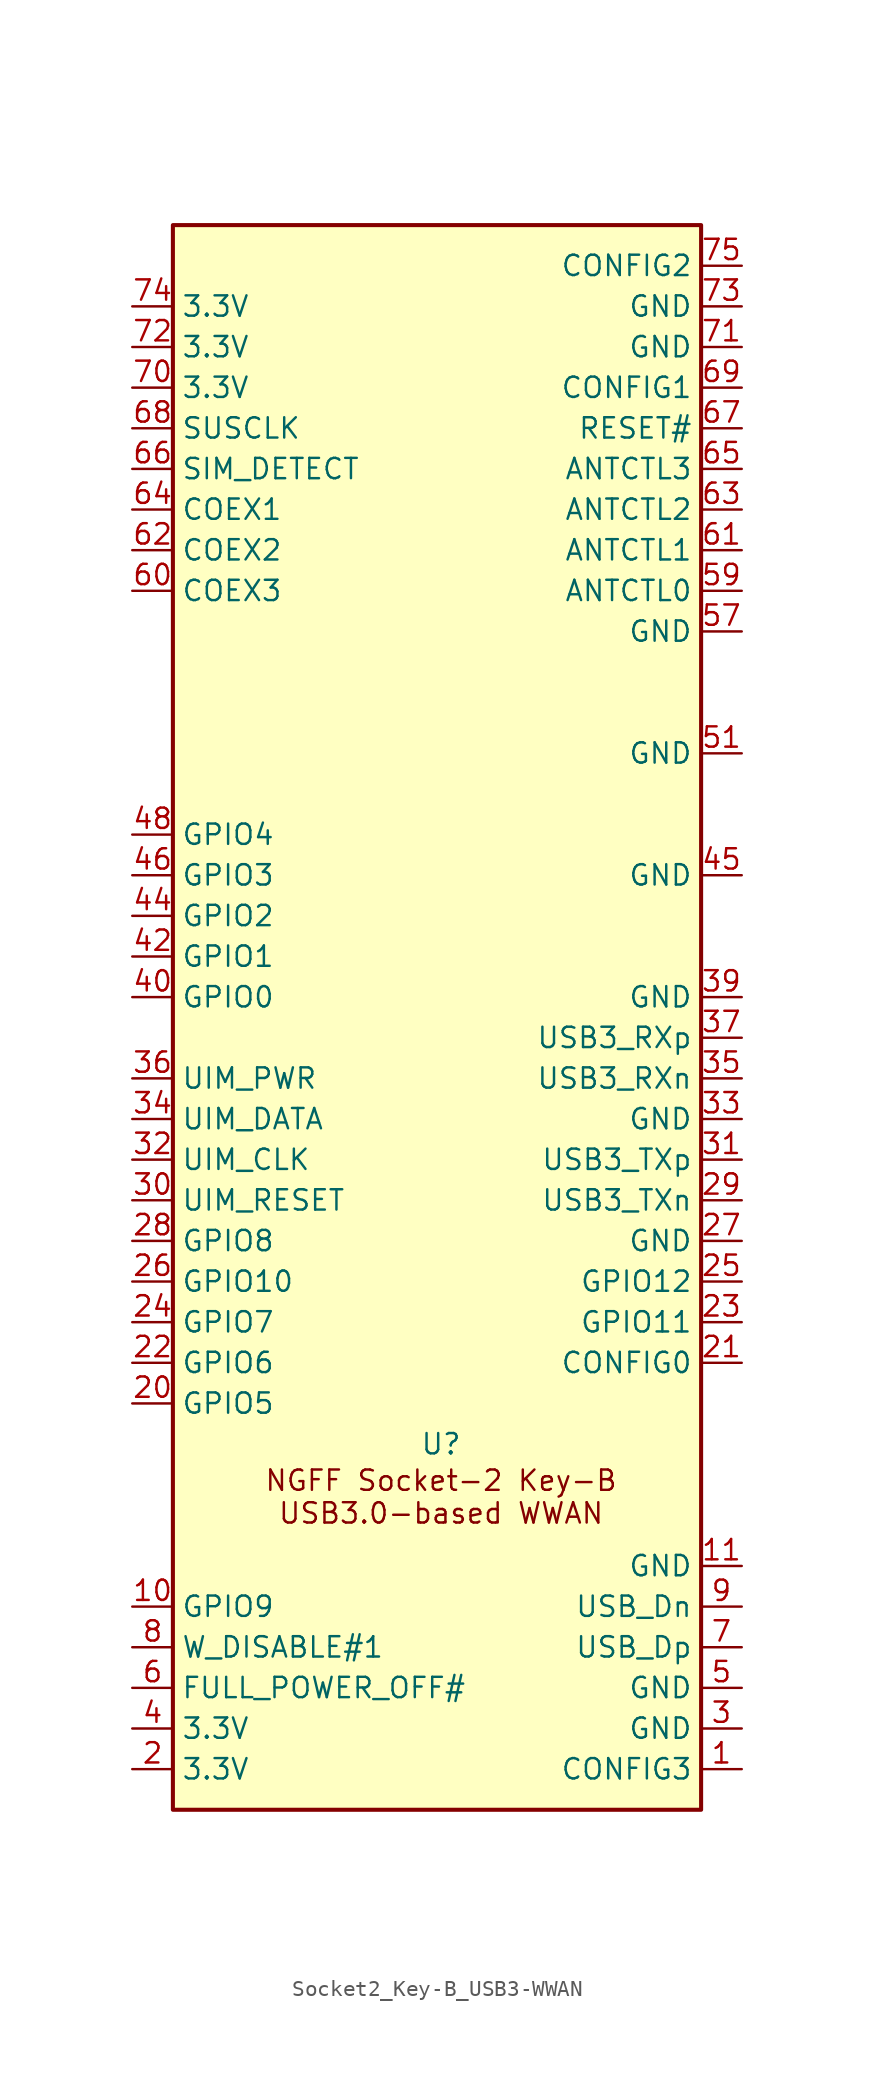
<source format=kicad_sym>
(kicad_symbol_lib
  (version 20241209)
  (generator "kicad_symbol_editor")
  (generator_version "9.0")
  (symbol "Socket2_Key-B_USB3-WWAN"
    (property "Reference" "U"
      (at 16.764 22.86 0)
      (effects (font (size 1.27 1.27))))
    (property "Value" ""
      (at 0 0 0)
      (effects (font (size 1.27 1.27))))
    (symbol "Socket2_Key-B_USB3-WWAN_0_1"
      (rectangle (start 0 99.06) (end 33.02 0) (stroke (width 0.254) (type default)) (fill (type background))))
    (symbol "Socket2_Key-B_USB3-WWAN_1_1"
      (text "NGFF Socket-2 Key-B\nUSB3.0-based WWAN" (at 16.764 19.558 0) (effects (font (size 1.27 1.27))))
      (pin power_in line (at -2.54 93.98 0) (length 2.54) (name "3.3V" (effects (font (size 1.27 1.27)))) (number "74" (effects (font (size 1.27 1.27)))))
      (pin power_in line (at -2.54 91.44 0) (length 2.54) (name "3.3V" (effects (font (size 1.27 1.27)))) (number "72" (effects (font (size 1.27 1.27)))))
      (pin power_in line (at -2.54 88.9 0) (length 2.54) (name "3.3V" (effects (font (size 1.27 1.27)))) (number "70" (effects (font (size 1.27 1.27)))))
      (pin input line (at -2.54 86.36 0) (length 2.54) (name "SUSCLK" (effects (font (size 1.27 1.27)))) (number "68" (effects (font (size 1.27 1.27)))))
      (pin input line (at -2.54 83.82 0) (length 2.54) (name "SIM_DETECT" (effects (font (size 1.27 1.27)))) (number "66" (effects (font (size 1.27 1.27)))))
      (pin bidirectional line (at -2.54 81.28 0) (length 2.54) (name "COEX1" (effects (font (size 1.27 1.27)))) (number "64" (effects (font (size 1.27 1.27)))))
      (pin bidirectional line (at -2.54 78.74 0) (length 2.54) (name "COEX2" (effects (font (size 1.27 1.27)))) (number "62" (effects (font (size 1.27 1.27)))))
      (pin bidirectional line (at -2.54 76.2 0) (length 2.54) (name "COEX3" (effects (font (size 1.27 1.27)))) (number "60" (effects (font (size 1.27 1.27)))))
      (pin no_connect line (at -2.54 73.66 0) (length 2.54) (hide yes) (name "NC" (effects (font (size 1.27 1.27)))) (number "58" (effects (font (size 1.27 1.27)))))
      (pin no_connect line (at -2.54 71.12 0) (length 2.54) (hide yes) (name "NC" (effects (font (size 1.27 1.27)))) (number "56" (effects (font (size 1.27 1.27)))))
      (pin no_connect line (at -2.54 68.58 0) (length 2.54) (hide yes) (name "NC" (effects (font (size 1.27 1.27)))) (number "54" (effects (font (size 1.27 1.27)))))
      (pin no_connect line (at -2.54 66.04 0) (length 2.54) (hide yes) (name "NC" (effects (font (size 1.27 1.27)))) (number "52" (effects (font (size 1.27 1.27)))))
      (pin no_connect line (at -2.54 63.5 0) (length 2.54) (hide yes) (name "NC" (effects (font (size 1.27 1.27)))) (number "50" (effects (font (size 1.27 1.27)))))
      (pin bidirectional line (at -2.54 60.96 0) (length 2.54) (name "GPIO4" (effects (font (size 1.27 1.27)))) (number "48" (effects (font (size 1.27 1.27)))))
      (pin bidirectional line (at -2.54 58.42 0) (length 2.54) (name "GPIO3" (effects (font (size 1.27 1.27)))) (number "46" (effects (font (size 1.27 1.27)))))
      (pin bidirectional line (at -2.54 55.88 0) (length 2.54) (name "GPIO2" (effects (font (size 1.27 1.27)))) (number "44" (effects (font (size 1.27 1.27)))))
      (pin bidirectional line (at -2.54 53.34 0) (length 2.54) (name "GPIO1" (effects (font (size 1.27 1.27)))) (number "42" (effects (font (size 1.27 1.27)))))
      (pin bidirectional line (at -2.54 50.8 0) (length 2.54) (name "GPIO0" (effects (font (size 1.27 1.27)))) (number "40" (effects (font (size 1.27 1.27)))))
      (pin no_connect line (at -2.54 48.26 0) (length 2.54) (hide yes) (name "NC" (effects (font (size 1.27 1.27)))) (number "38" (effects (font (size 1.27 1.27)))))
      (pin output line (at -2.54 45.72 0) (length 2.54) (name "UIM_PWR" (effects (font (size 1.27 1.27)))) (number "36" (effects (font (size 1.27 1.27)))))
      (pin bidirectional line (at -2.54 43.18 0) (length 2.54) (name "UIM_DATA" (effects (font (size 1.27 1.27)))) (number "34" (effects (font (size 1.27 1.27)))))
      (pin output line (at -2.54 40.64 0) (length 2.54) (name "UIM_CLK" (effects (font (size 1.27 1.27)))) (number "32" (effects (font (size 1.27 1.27)))))
      (pin output line (at -2.54 38.1 0) (length 2.54) (name "UIM_RESET" (effects (font (size 1.27 1.27)))) (number "30" (effects (font (size 1.27 1.27)))))
      (pin bidirectional line (at -2.54 35.56 0) (length 2.54) (name "GPIO8" (effects (font (size 1.27 1.27)))) (number "28" (effects (font (size 1.27 1.27)))))
      (pin bidirectional line (at -2.54 33.02 0) (length 2.54) (name "GPIO10" (effects (font (size 1.27 1.27)))) (number "26" (effects (font (size 1.27 1.27)))))
      (pin bidirectional line (at -2.54 30.48 0) (length 2.54) (name "GPIO7" (effects (font (size 1.27 1.27)))) (number "24" (effects (font (size 1.27 1.27)))))
      (pin bidirectional line (at -2.54 27.94 0) (length 2.54) (name "GPIO6" (effects (font (size 1.27 1.27)))) (number "22" (effects (font (size 1.27 1.27)))))
      (pin bidirectional line (at -2.54 25.4 0) (length 2.54) (name "GPIO5" (effects (font (size 1.27 1.27)))) (number "20" (effects (font (size 1.27 1.27)))))
      (pin bidirectional line (at -2.54 12.7 0) (length 2.54) (name "GPIO9" (effects (font (size 1.27 1.27)))) (number "10" (effects (font (size 1.27 1.27)))))
      (pin input line (at -2.54 10.16 0) (length 2.54) (name "W_DISABLE#1" (effects (font (size 1.27 1.27)))) (number "8" (effects (font (size 1.27 1.27)))))
      (pin input line (at -2.54 7.62 0) (length 2.54) (name "FULL_POWER_OFF#" (effects (font (size 1.27 1.27)))) (number "6" (effects (font (size 1.27 1.27)))))
      (pin power_in line (at -2.54 5.08 0) (length 2.54) (name "3.3V" (effects (font (size 1.27 1.27)))) (number "4" (effects (font (size 1.27 1.27)))))
      (pin power_in line (at -2.54 2.54 0) (length 2.54) (name "3.3V" (effects (font (size 1.27 1.27)))) (number "2" (effects (font (size 1.27 1.27)))))
      (pin output line (at 35.56 96.52 180) (length 2.54) (name "CONFIG2" (effects (font (size 1.27 1.27)))) (number "75" (effects (font (size 1.27 1.27)))))
      (pin power_in line (at 35.56 93.98 180) (length 2.54) (name "GND" (effects (font (size 1.27 1.27)))) (number "73" (effects (font (size 1.27 1.27)))))
      (pin power_in line (at 35.56 91.44 180) (length 2.54) (name "GND" (effects (font (size 1.27 1.27)))) (number "71" (effects (font (size 1.27 1.27)))))
      (pin output line (at 35.56 88.9 180) (length 2.54) (name "CONFIG1" (effects (font (size 1.27 1.27)))) (number "69" (effects (font (size 1.27 1.27)))))
      (pin input line (at 35.56 86.36 180) (length 2.54) (name "RESET#" (effects (font (size 1.27 1.27)))) (number "67" (effects (font (size 1.27 1.27)))))
      (pin output line (at 35.56 83.82 180) (length 2.54) (name "ANTCTL3" (effects (font (size 1.27 1.27)))) (number "65" (effects (font (size 1.27 1.27)))))
      (pin output line (at 35.56 81.28 180) (length 2.54) (name "ANTCTL2" (effects (font (size 1.27 1.27)))) (number "63" (effects (font (size 1.27 1.27)))))
      (pin output line (at 35.56 78.74 180) (length 2.54) (name "ANTCTL1" (effects (font (size 1.27 1.27)))) (number "61" (effects (font (size 1.27 1.27)))))
      (pin output line (at 35.56 76.2 180) (length 2.54) (name "ANTCTL0" (effects (font (size 1.27 1.27)))) (number "59" (effects (font (size 1.27 1.27)))))
      (pin power_in line (at 35.56 73.66 180) (length 2.54) (name "GND" (effects (font (size 1.27 1.27)))) (number "57" (effects (font (size 1.27 1.27)))))
      (pin no_connect line (at 35.56 71.12 180) (length 2.54) (hide yes) (name "NC" (effects (font (size 1.27 1.27)))) (number "55" (effects (font (size 1.27 1.27)))))
      (pin no_connect line (at 35.56 68.58 180) (length 2.54) (hide yes) (name "NC" (effects (font (size 1.27 1.27)))) (number "53" (effects (font (size 1.27 1.27)))))
      (pin power_in line (at 35.56 66.04 180) (length 2.54) (name "GND" (effects (font (size 1.27 1.27)))) (number "51" (effects (font (size 1.27 1.27)))))
      (pin no_connect line (at 35.56 63.5 180) (length 2.54) (hide yes) (name "NC" (effects (font (size 1.27 1.27)))) (number "49" (effects (font (size 1.27 1.27)))))
      (pin no_connect line (at 35.56 60.96 180) (length 2.54) (hide yes) (name "NC" (effects (font (size 1.27 1.27)))) (number "47" (effects (font (size 1.27 1.27)))))
      (pin power_in line (at 35.56 58.42 180) (length 2.54) (name "GND" (effects (font (size 1.27 1.27)))) (number "45" (effects (font (size 1.27 1.27)))))
      (pin no_connect line (at 35.56 55.88 180) (length 2.54) (hide yes) (name "NC" (effects (font (size 1.27 1.27)))) (number "43" (effects (font (size 1.27 1.27)))))
      (pin no_connect line (at 35.56 53.34 180) (length 2.54) (hide yes) (name "NC" (effects (font (size 1.27 1.27)))) (number "41" (effects (font (size 1.27 1.27)))))
      (pin power_in line (at 35.56 50.8 180) (length 2.54) (name "GND" (effects (font (size 1.27 1.27)))) (number "39" (effects (font (size 1.27 1.27)))))
      (pin bidirectional line (at 35.56 48.26 180) (length 2.54) (name "USB3_RXp" (effects (font (size 1.27 1.27)))) (number "37" (effects (font (size 1.27 1.27)))))
      (pin bidirectional line (at 35.56 45.72 180) (length 2.54) (name "USB3_RXn" (effects (font (size 1.27 1.27)))) (number "35" (effects (font (size 1.27 1.27)))))
      (pin power_in line (at 35.56 43.18 180) (length 2.54) (name "GND" (effects (font (size 1.27 1.27)))) (number "33" (effects (font (size 1.27 1.27)))))
      (pin bidirectional line (at 35.56 40.64 180) (length 2.54) (name "USB3_TXp" (effects (font (size 1.27 1.27)))) (number "31" (effects (font (size 1.27 1.27)))))
      (pin bidirectional line (at 35.56 38.1 180) (length 2.54) (name "USB3_TXn" (effects (font (size 1.27 1.27)))) (number "29" (effects (font (size 1.27 1.27)))))
      (pin power_in line (at 35.56 35.56 180) (length 2.54) (name "GND" (effects (font (size 1.27 1.27)))) (number "27" (effects (font (size 1.27 1.27)))))
      (pin bidirectional line (at 35.56 33.02 180) (length 2.54) (name "GPIO12" (effects (font (size 1.27 1.27)))) (number "25" (effects (font (size 1.27 1.27)))))
      (pin bidirectional line (at 35.56 30.48 180) (length 2.54) (name "GPIO11" (effects (font (size 1.27 1.27)))) (number "23" (effects (font (size 1.27 1.27)))))
      (pin output line (at 35.56 27.94 180) (length 2.54) (name "CONFIG0" (effects (font (size 1.27 1.27)))) (number "21" (effects (font (size 1.27 1.27)))))
      (pin power_in line (at 35.56 15.24 180) (length 2.54) (name "GND" (effects (font (size 1.27 1.27)))) (number "11" (effects (font (size 1.27 1.27)))))
      (pin bidirectional line (at 35.56 12.7 180) (length 2.54) (name "USB_Dn" (effects (font (size 1.27 1.27)))) (number "9" (effects (font (size 1.27 1.27)))))
      (pin bidirectional line (at 35.56 10.16 180) (length 2.54) (name "USB_Dp" (effects (font (size 1.27 1.27)))) (number "7" (effects (font (size 1.27 1.27)))))
      (pin power_in line (at 35.56 7.62 180) (length 2.54) (name "GND" (effects (font (size 1.27 1.27)))) (number "5" (effects (font (size 1.27 1.27)))))
      (pin power_in line (at 35.56 5.08 180) (length 2.54) (name "GND" (effects (font (size 1.27 1.27)))) (number "3" (effects (font (size 1.27 1.27)))))
      (pin output line (at 35.56 2.54 180) (length 2.54) (name "CONFIG3" (effects (font (size 1.27 1.27)))) (number "1" (effects (font (size 1.27 1.27))))))))
</source>
